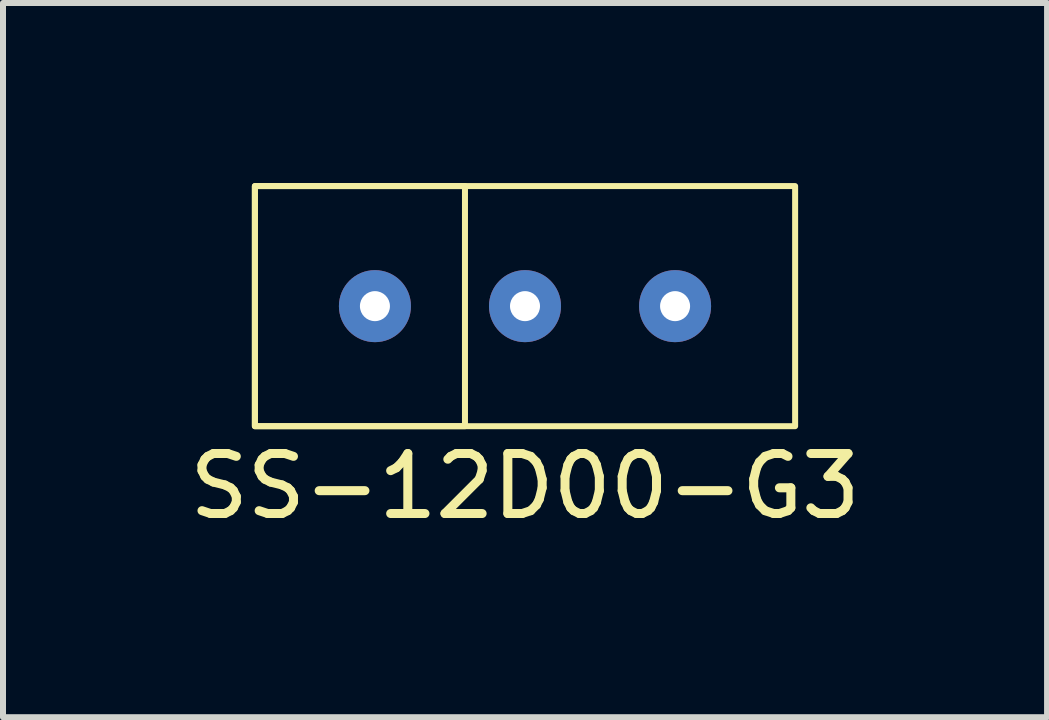
<source format=kicad_pcb>
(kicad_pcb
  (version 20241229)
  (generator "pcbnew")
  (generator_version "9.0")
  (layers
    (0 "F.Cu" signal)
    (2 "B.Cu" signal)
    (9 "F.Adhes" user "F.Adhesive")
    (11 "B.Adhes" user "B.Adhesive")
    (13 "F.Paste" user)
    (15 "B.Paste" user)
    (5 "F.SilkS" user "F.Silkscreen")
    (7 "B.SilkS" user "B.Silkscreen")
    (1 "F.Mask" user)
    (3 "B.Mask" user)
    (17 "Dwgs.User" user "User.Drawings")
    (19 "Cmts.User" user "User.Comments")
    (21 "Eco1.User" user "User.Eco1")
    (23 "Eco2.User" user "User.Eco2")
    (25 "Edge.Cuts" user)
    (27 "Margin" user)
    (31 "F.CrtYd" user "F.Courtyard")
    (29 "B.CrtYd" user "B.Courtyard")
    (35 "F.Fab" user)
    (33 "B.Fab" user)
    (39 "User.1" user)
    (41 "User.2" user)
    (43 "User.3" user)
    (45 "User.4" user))
  (footprint "SS-12D00-G3"
    (layer "F.Cu")
    (at 5.696 2.05)
    (property "Reference" "SS-12D00-G3" (at 0 3 0) (layer "F.SilkS") (effects (font (size 1 1) (thickness 0.15))))
    (attr through_hole)
    (fp_rect (start -4.5 -2) (end -1 2) (stroke (width 0.1) (type default)) (fill no) (layer "F.SilkS"))
    (fp_rect (start -4.5 -2) (end 4.5 2) (stroke (width 0.1) (type default)) (fill no) (layer "F.SilkS"))
    (fp_rect (start -4.4 -1.95) (end 4.4 1.95) (stroke (width 0.1) (type solid)) (fill no) (layer "Margin"))
    (pad "1" thru_hole circle (at -2.5 0) (size 1.2 1.2) (drill 0.5) (layers "*.Cu" "*.Mask"))
    (pad "2" thru_hole circle (at 0 0) (size 1.2 1.2) (drill 0.5) (layers "*.Cu" "*.Mask"))
    (pad "3" thru_hole circle (at 2.5 0) (size 1.2 1.2) (drill 0.5) (layers "*.Cu" "*.Mask")))
  (gr_rect
    (start -3 -3)
    (end 14.393 8.898)
    (stroke (width 0.1) (type default))
    (fill no)
    (layer "Edge.Cuts")))
</source>
